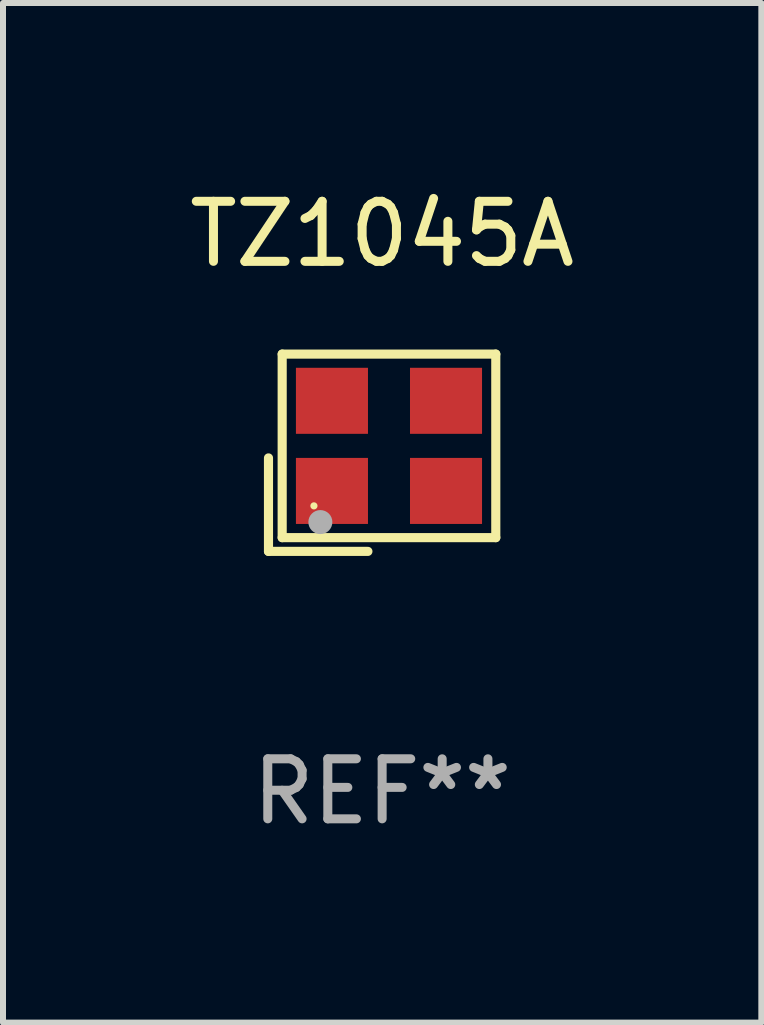
<source format=kicad_pcb>
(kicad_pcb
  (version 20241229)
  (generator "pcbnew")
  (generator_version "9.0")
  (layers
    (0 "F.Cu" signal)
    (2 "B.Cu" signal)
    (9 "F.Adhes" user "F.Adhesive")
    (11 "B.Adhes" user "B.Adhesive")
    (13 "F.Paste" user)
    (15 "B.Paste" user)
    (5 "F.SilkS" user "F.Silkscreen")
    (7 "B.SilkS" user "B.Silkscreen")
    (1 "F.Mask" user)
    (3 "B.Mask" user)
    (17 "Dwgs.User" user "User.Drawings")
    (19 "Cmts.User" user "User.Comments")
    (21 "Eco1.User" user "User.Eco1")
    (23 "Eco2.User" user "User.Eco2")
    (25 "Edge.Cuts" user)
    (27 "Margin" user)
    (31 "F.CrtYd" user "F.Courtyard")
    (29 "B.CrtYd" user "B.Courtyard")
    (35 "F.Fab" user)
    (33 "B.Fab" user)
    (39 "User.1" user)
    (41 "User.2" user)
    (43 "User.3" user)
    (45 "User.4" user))
  (footprint "TZ1045A"
    (layer "F.Cu")
    (at 3.315 4.491)
    (property "Reference" "TZ1045A" (at 0 -3.643 0) (layer "F.SilkS") (effects (font (size 1 1) (thickness 0.15))))
    (attr through_hole)
    (fp_line (start -1.893 0.086) (end -1.893 1.643) (stroke (width 0.152) (type solid)) (layer "F.SilkS"))
    (fp_line (start -1.893 1.643) (end -0.237 1.643) (stroke (width 0.152) (type solid)) (layer "F.SilkS"))
    (fp_line (start -1.665 -1.643) (end 1.893 -1.643) (stroke (width 0.152) (type solid)) (layer "F.SilkS"))
    (fp_line (start -1.665 1.414) (end -1.665 -1.643) (stroke (width 0.152) (type solid)) (layer "F.SilkS"))
    (fp_line (start 1.893 -1.643) (end 1.893 1.414) (stroke (width 0.152) (type solid)) (layer "F.SilkS"))
    (fp_line (start 1.893 1.414) (end -1.665 1.414) (stroke (width 0.152) (type solid)) (layer "F.SilkS"))
    (fp_circle (center -1.136 0.885) (end -1.106 0.885) (stroke (width 0.06) (type solid)) (fill no) (layer "F.SilkS"))
    (fp_circle (center -1.029 1.155) (end -0.929 1.155) (stroke (width 0.2) (type solid)) (fill no) (layer "F.Fab"))
    (fp_text user "REF**" (at 0 5.643 0) (layer "F.Fab") (effects (font (size 1 1) (thickness 0.15))))
    (pad "1" smd rect (at -0.836 0.636) (size 1.2 1.1) (layers "F.Cu" "F.Mask" "F.Paste"))
    (pad "2" smd rect (at 1.064 0.636) (size 1.2 1.1) (layers "F.Cu" "F.Mask" "F.Paste"))
    (pad "3" smd rect (at 1.064 -0.865) (size 1.2 1.1) (layers "F.Cu" "F.Mask" "F.Paste"))
    (pad "4" smd rect (at -0.836 -0.865) (size 1.2 1.1) (layers "F.Cu" "F.Mask" "F.Paste")))
  (gr_rect
    (start -3 -3)
    (end 9.631 13.983)
    (stroke (width 0.1) (type default))
    (fill no)
    (layer "Edge.Cuts")))
</source>
